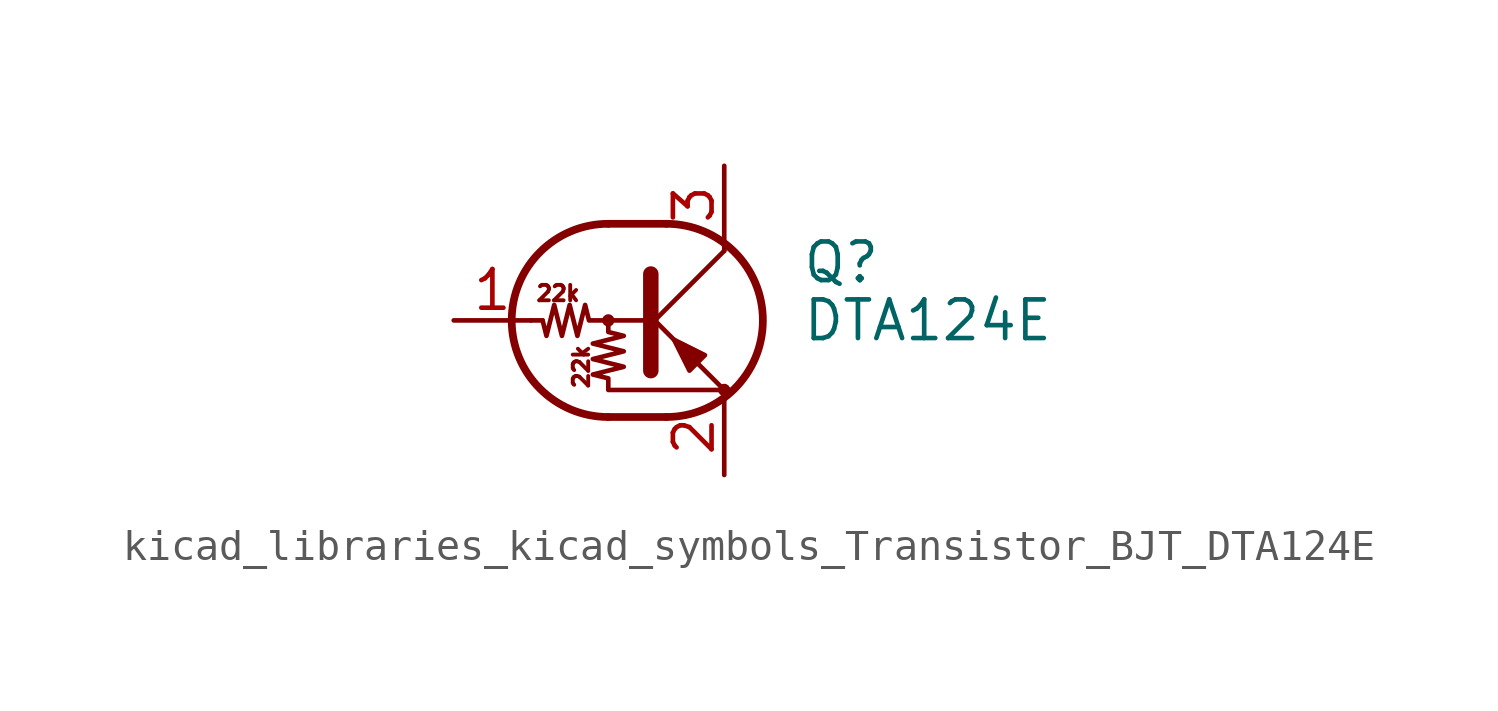
<source format=kicad_sym>
(kicad_symbol_lib
  (version 20220914)
  (generator kicad_symbol_editor)
  (symbol "kicad_libraries_kicad_symbols_Transistor_BJT_DTA124E"
    (pin_names
      (offset 0) hide)
    (property "Reference" "Q"
      (at 5.08 1.905 0)
      (effects (font (size 1.27 1.27)) (justify left)))
    (property "Value" "DTA124E"
      (at 5.08 0 0)
      (effects (font (size 1.27 1.27)) (justify left)))
    (symbol "kicad_libraries_kicad_symbols_Transistor_BJT_DTA124E_0_0"
      (text "22k" (at -2.921 0.889 0) (effects (font (size 0.508 0.508))))
      (text "22k" (at -2.159 -1.524 900) (effects (font (size 0.508 0.508)))))
    (symbol "kicad_libraries_kicad_symbols_Transistor_BJT_DTA124E_0_1"
      (circle (center -1.27 0) (radius 0.127) (stroke (width 0) (type default)) (fill (type none)))
      (arc (start -1.27 3.175) (mid -4.4312 0) (end -1.27 -3.175) (stroke (width 0.254) (type default)) (fill (type none)))
      (polyline (pts (xy -3.429 0) (xy -3.81 0)) (stroke (width 0) (type default)) (fill (type none)))
      (polyline (pts (xy -1.27 -3.175) (xy 0.635 -3.175)) (stroke (width 0.254) (type default)) (fill (type none)))
      (polyline (pts (xy -1.27 3.175) (xy 0.635 3.175)) (stroke (width 0.254) (type default)) (fill (type none)))
      (polyline (pts (xy 0 -0.254) (xy 2.54 2.286)) (stroke (width 0) (type default)) (fill (type none)))
      (polyline (pts (xy 0.127 1.524) (xy 0.127 -1.651)) (stroke (width 0.508) (type default)) (fill (type outline)))
      (polyline (pts (xy 2.54 2.286) (xy 2.54 2.54)) (stroke (width 0) (type default)) (fill (type none)))
      (polyline (pts (xy 2.54 -2.286) (xy 0 0.254) (xy 0 0.254)) (stroke (width 0) (type default)) (fill (type none)))
      (polyline (pts (xy 1.397 -1.651) (xy 1.905 -1.143) (xy 0.889 -0.635) (xy 1.397 -1.651)) (stroke (width 0) (type default)) (fill (type outline)))
      (polyline (pts (xy 0 0) (xy -1.905 0) (xy -2.032 0.508) (xy -2.286 -0.508) (xy -2.54 0.508) (xy -2.794 -0.508) (xy -3.048 0.508) (xy -3.302 -0.508) (xy -3.429 0)) (stroke (width 0) (type default)) (fill (type none)))
      (polyline (pts (xy -1.27 0) (xy -1.27 -0.381) (xy -0.762 -0.508) (xy -1.778 -0.762) (xy -0.762 -1.016) (xy -1.778 -1.27) (xy -0.762 -1.524) (xy -1.778 -1.778) (xy -1.27 -1.905) (xy -1.27 -2.286) (xy 2.54 -2.286)) (stroke (width 0) (type default)) (fill (type none)))
      (arc (start 0.635 -3.175) (mid 3.7962 0) (end 0.635 3.175) (stroke (width 0.254) (type default)) (fill (type none)))
      (circle (center 2.54 -2.286) (radius 0.127) (stroke (width 0) (type default)) (fill (type none))))
    (symbol "kicad_libraries_kicad_symbols_Transistor_BJT_DTA124E_1_1"
      (pin input line (at -6.35 0 0) (length 2.54) (name "B" (effects (font (size 1.27 1.27)))) (number "1" (effects (font (size 1.27 1.27)))))
      (pin passive line (at 2.54 -5.08 90) (length 2.54) (name "E" (effects (font (size 1.27 1.27)))) (number "2" (effects (font (size 1.27 1.27)))))
      (pin passive line (at 2.54 5.08 270) (length 2.54) (name "C" (effects (font (size 1.27 1.27)))) (number "3" (effects (font (size 1.27 1.27))))))))
</source>
